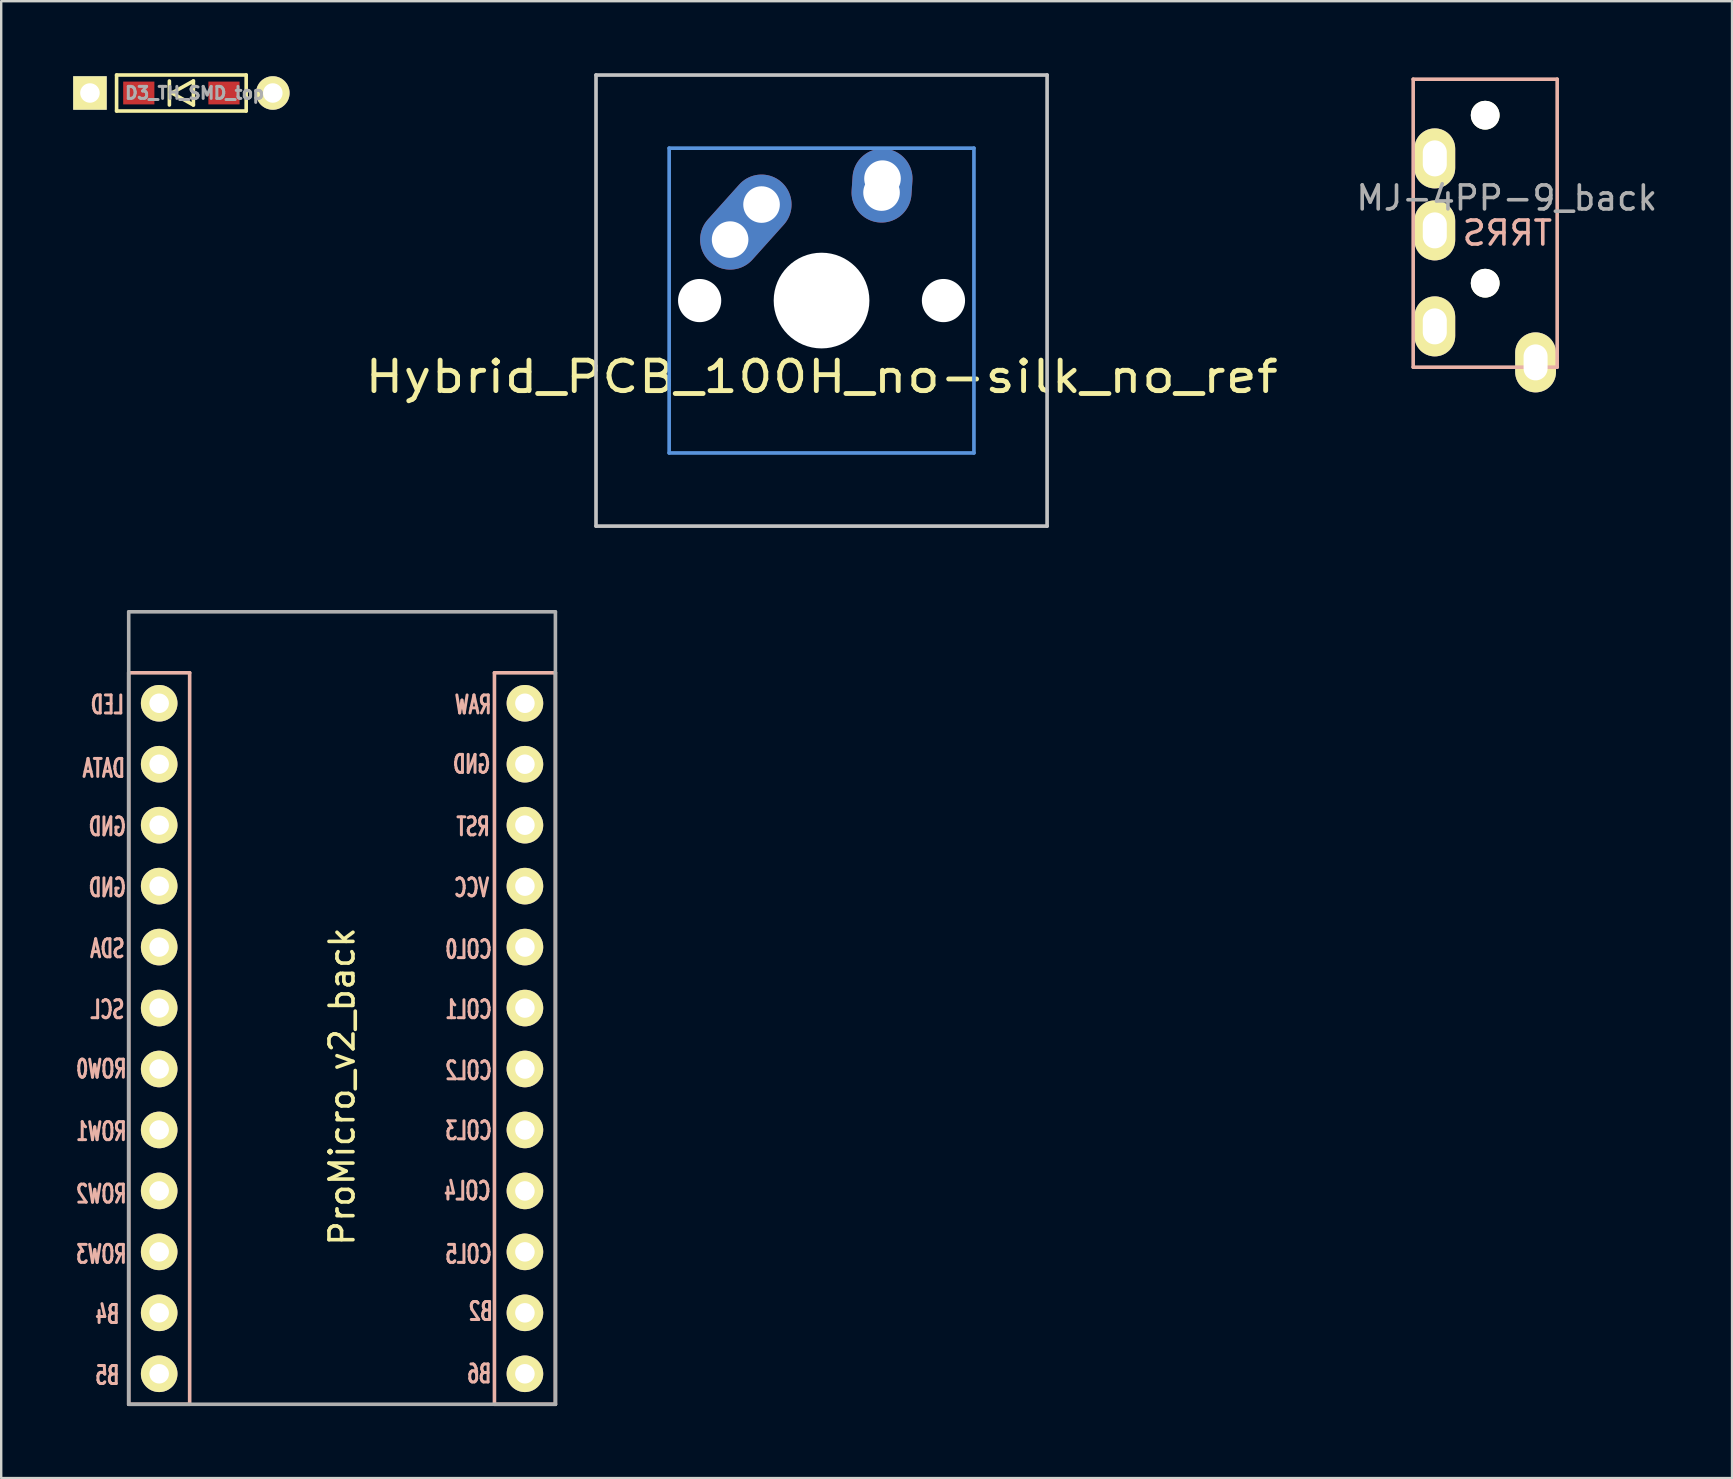
<source format=kicad_pcb>
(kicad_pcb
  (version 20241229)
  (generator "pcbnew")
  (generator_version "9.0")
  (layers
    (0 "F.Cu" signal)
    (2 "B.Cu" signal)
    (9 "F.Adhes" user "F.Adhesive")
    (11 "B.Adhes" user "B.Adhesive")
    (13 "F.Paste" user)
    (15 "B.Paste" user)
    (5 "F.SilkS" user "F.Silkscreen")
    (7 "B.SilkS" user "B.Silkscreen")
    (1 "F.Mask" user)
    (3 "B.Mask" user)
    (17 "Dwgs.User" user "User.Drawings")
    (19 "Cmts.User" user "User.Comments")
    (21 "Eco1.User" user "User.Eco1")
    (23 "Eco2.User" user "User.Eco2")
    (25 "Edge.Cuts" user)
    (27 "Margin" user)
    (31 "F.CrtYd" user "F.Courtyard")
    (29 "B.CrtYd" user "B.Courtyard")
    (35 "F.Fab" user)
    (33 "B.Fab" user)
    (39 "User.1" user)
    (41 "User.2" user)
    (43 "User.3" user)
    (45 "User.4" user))
  (footprint "MJ-4PP-9_back"
    (layer "F.Cu")
    (at 60.586 0.25)
    (property "Reference" "MJ-4PP-9_back" (at -0.85 4.95 0) (layer "F.Fab") (effects (font (size 1 1) (thickness 0.15))))
    (attr through_hole)
    (fp_line (start -4.75 0) (end 1.25 0) (stroke (width 0.15) (type solid)) (layer "B.SilkS"))
    (fp_line (start -4.75 12) (end -4.75 0) (stroke (width 0.15) (type solid)) (layer "B.SilkS"))
    (fp_line (start 1.25 0) (end 1.25 12) (stroke (width 0.15) (type solid)) (layer "B.SilkS"))
    (fp_line (start 1.25 12) (end -4.75 12) (stroke (width 0.15) (type solid)) (layer "B.SilkS"))
    (fp_text user "TRRS" (at -0.826 6.413 0) (layer "B.SilkS") (effects (font (size 1 1) (thickness 0.15)) (justify mirror)))
    (pad "" np_thru_hole circle (at -1.75 1.5) (size 1.2 1.2) (drill 1.2) (layers "*.Cu" "*.Mask" "F.SilkS"))
    (pad "" np_thru_hole circle (at -1.75 8.5) (size 1.2 1.2) (drill 1.2) (layers "*.Cu" "*.Mask" "F.SilkS"))
    (pad "A" thru_hole oval (at 0.35 11.8) (size 1.7 2.5) (drill oval 1 1.5) (layers "*.Cu" "*.Mask" "F.SilkS"))
    (pad "B" thru_hole oval (at -3.85 3.3) (size 1.7 2.5) (drill oval 1 1.5) (layers "*.Cu" "*.Mask" "F.SilkS"))
    (pad "C" thru_hole oval (at -3.85 6.3) (size 1.7 2.5) (drill oval 1 1.5) (layers "*.Cu" "*.Mask" "F.SilkS"))
    (pad "D" thru_hole oval (at -3.85 10.3) (size 1.7 2.5) (drill oval 1 1.5) (layers "*.Cu" "*.Mask" "F.SilkS")))
  (footprint "D3_TH_SMD_top"
    (layer "F.Cu")
    (at 4.508 0.825)
    (property "Reference" "D3_TH_SMD_top" (at 0.55 0 0) (layer "F.Fab") (effects (font (size 0.5 0.5) (thickness 0.125))))
    (attr through_hole)
    (fp_line (start -2.7 -0.75) (end -2.7 0.75) (stroke (width 0.15) (type solid)) (layer "F.SilkS"))
    (fp_line (start -2.7 0.75) (end 2.7 0.75) (stroke (width 0.15) (type solid)) (layer "F.SilkS"))
    (fp_line (start -0.5 -0.5) (end -0.5 0.5) (stroke (width 0.15) (type solid)) (layer "F.SilkS"))
    (fp_line (start -0.4 0) (end 0.5 -0.5) (stroke (width 0.15) (type solid)) (layer "F.SilkS"))
    (fp_line (start 0.5 -0.5) (end 0.5 0.5) (stroke (width 0.15) (type solid)) (layer "F.SilkS"))
    (fp_line (start 0.5 0.5) (end -0.4 0) (stroke (width 0.15) (type solid)) (layer "F.SilkS"))
    (fp_line (start 2.7 -0.75) (end -2.7 -0.75) (stroke (width 0.15) (type solid)) (layer "F.SilkS"))
    (fp_line (start 2.7 0.75) (end 2.7 -0.75) (stroke (width 0.15) (type solid)) (layer "F.SilkS"))
    (pad "1" thru_hole rect (at -3.81 0) (size 1.397 1.397) (drill 0.813) (layers "*.Cu" "*.Mask" "F.SilkS"))
    (pad "1" smd rect (at -1.775 0) (size 1.3 0.95) (layers "F.Cu" "F.Mask" "F.Paste"))
    (pad "2" smd rect (at 1.775 0) (size 1.3 0.95) (layers "F.Cu" "F.Mask" "F.Paste"))
    (pad "2" thru_hole circle (at 3.81 0) (size 1.397 1.397) (drill 0.813) (layers "*.Cu" "*.Mask" "F.SilkS")))
  (footprint "ProMicro_v2_back"
    (layer "F.Cu")
    (at 12.473 39.462)
    (property "Reference" "ProMicro_v2_back" (at -1.27 2.762 270) (layer "F.SilkS") (effects (font (size 1 1) (thickness 0.15))))
    (attr through_hole)
    (fp_line (start -10.16 -14.478) (end -7.62 -14.478) (stroke (width 0.15) (type solid)) (layer "B.SilkS"))
    (fp_line (start -10.16 16.002) (end -10.16 -14.478) (stroke (width 0.15) (type solid)) (layer "B.SilkS"))
    (fp_line (start -7.62 -14.478) (end -7.62 16.002) (stroke (width 0.15) (type solid)) (layer "B.SilkS"))
    (fp_line (start -7.62 16.002) (end -10.16 16.002) (stroke (width 0.15) (type solid)) (layer "B.SilkS"))
    (fp_line (start 5.08 -14.478) (end 7.62 -14.478) (stroke (width 0.15) (type solid)) (layer "B.SilkS"))
    (fp_line (start 5.08 16.002) (end 5.08 -14.478) (stroke (width 0.15) (type solid)) (layer "B.SilkS"))
    (fp_line (start 7.62 -14.478) (end 7.62 16.002) (stroke (width 0.15) (type solid)) (layer "B.SilkS"))
    (fp_line (start 7.62 16.002) (end 5.08 16.002) (stroke (width 0.15) (type solid)) (layer "B.SilkS"))
    (fp_line (start -10.16 -17.018) (end 7.62 -17.018) (stroke (width 0.15) (type solid)) (layer "F.Fab"))
    (fp_line (start -10.16 16.002) (end -10.16 -17.018) (stroke (width 0.15) (type solid)) (layer "F.Fab"))
    (fp_line (start 7.62 -17.018) (end 7.62 16.002) (stroke (width 0.15) (type solid)) (layer "F.Fab"))
    (fp_line (start 7.62 16.002) (end -10.16 16.002) (stroke (width 0.15) (type solid)) (layer "F.Fab"))
    (fp_text user "" (at -0.5 -17.25 0) (layer "F.SilkS") (effects (font (size 1 1) (thickness 0.15))))
    (fp_text user "SDA" (at -11.049 -2.985 0) (layer "B.SilkS") (effects (font (size 0.75 0.5) (thickness 0.125)) (justify mirror)))
    (fp_text user "COL3" (at 4 4.6 0) (layer "B.SilkS") (effects (font (size 0.75 0.5) (thickness 0.125)) (justify mirror)))
    (fp_text user "B6" (at 4.445 14.732 0) (layer "B.SilkS") (effects (font (size 0.75 0.5) (thickness 0.125)) (justify mirror)))
    (fp_text user "ROW1" (at -11.3 4.636 0) (layer "B.SilkS") (effects (font (size 0.75 0.5) (thickness 0.125)) (justify mirror)))
    (fp_text user "RAW" (at 4.191 -13.145 0) (layer "B.SilkS") (effects (font (size 0.75 0.5) (thickness 0.125)) (justify mirror)))
    (fp_text user "LED" (at -11.049 -13.145 0) (layer "B.SilkS") (effects (font (size 0.75 0.5) (thickness 0.125)) (justify mirror)))
    (fp_text user "SCL" (at -11.049 -0.445 0) (layer "B.SilkS") (effects (font (size 0.75 0.5) (thickness 0.125)) (justify mirror)))
    (fp_text user "VCC" (at 4.128 -5.524 0) (layer "B.SilkS") (effects (font (size 0.75 0.5) (thickness 0.125)) (justify mirror)))
    (fp_text user "B2" (at 4.508 12.129 0) (layer "B.SilkS") (effects (font (size 0.75 0.5) (thickness 0.125)) (justify mirror)))
    (fp_text user "GND" (at -11.049 -8.065 0) (layer "B.SilkS") (effects (font (size 0.75 0.5) (thickness 0.125)) (justify mirror)))
    (fp_text user "COL5" (at 4 9.75 0) (layer "B.SilkS") (effects (font (size 0.75 0.5) (thickness 0.125)) (justify mirror)))
    (fp_text user "B5" (at -11.049 14.796 0) (layer "B.SilkS") (effects (font (size 0.75 0.5) (thickness 0.125)) (justify mirror)))
    (fp_text user "DATA" (at -11.2 -10.5 0) (layer "B.SilkS") (effects (font (size 0.75 0.5) (thickness 0.125)) (justify mirror)))
    (fp_text user "GND" (at -11.049 -5.524 0) (layer "B.SilkS") (effects (font (size 0.75 0.5) (thickness 0.125)) (justify mirror)))
    (fp_text user "ROW2" (at -11.3 7.239 0) (layer "B.SilkS") (effects (font (size 0.75 0.5) (thickness 0.125)) (justify mirror)))
    (fp_text user "GND" (at 4.128 -10.668 0) (layer "B.SilkS") (effects (font (size 0.75 0.5) (thickness 0.125)) (justify mirror)))
    (fp_text user "ROW3" (at -11.3 9.75 0) (layer "B.SilkS") (effects (font (size 0.75 0.5) (thickness 0.125)) (justify mirror)))
    (fp_text user "COL1" (at 4 -0.445 0) (layer "B.SilkS") (effects (font (size 0.75 0.5) (thickness 0.125)) (justify mirror)))
    (fp_text user "COL2" (at 4 2.1 0) (layer "B.SilkS") (effects (font (size 0.75 0.5) (thickness 0.125)) (justify mirror)))
    (fp_text user "B4" (at -11.049 12.255 0) (layer "B.SilkS") (effects (font (size 0.75 0.5) (thickness 0.125)) (justify mirror)))
    (fp_text user "ROW0" (at -11.3 2.032 0) (layer "B.SilkS") (effects (font (size 0.75 0.5) (thickness 0.125)) (justify mirror)))
    (fp_text user "COL4" (at 3.95 7.112 0) (layer "B.SilkS") (effects (font (size 0.75 0.5) (thickness 0.125)) (justify mirror)))
    (fp_text user "" (at -1.206 -16.256 0) (layer "B.SilkS") (effects (font (size 1 1) (thickness 0.15)) (justify mirror)))
    (fp_text user "RST" (at 4.191 -8.065 0) (layer "B.SilkS") (effects (font (size 0.75 0.5) (thickness 0.125)) (justify mirror)))
    (fp_text user "COL0" (at 4 -2.95 0) (layer "B.SilkS") (effects (font (size 0.75 0.5) (thickness 0.125)) (justify mirror)))
    (pad "1" thru_hole circle (at -8.89 -13.208) (size 1.524 1.524) (drill 0.813) (layers "*.Cu" "*.Mask" "F.SilkS"))
    (pad "2" thru_hole circle (at -8.89 -10.668) (size 1.524 1.524) (drill 0.813) (layers "*.Cu" "*.Mask" "F.SilkS"))
    (pad "3" thru_hole circle (at -8.89 -8.128) (size 1.524 1.524) (drill 0.813) (layers "*.Cu" "*.Mask" "F.SilkS"))
    (pad "4" thru_hole circle (at -8.89 -5.588) (size 1.524 1.524) (drill 0.813) (layers "*.Cu" "*.Mask" "F.SilkS"))
    (pad "5" thru_hole circle (at -8.89 -3.048) (size 1.524 1.524) (drill 0.813) (layers "*.Cu" "*.Mask" "F.SilkS"))
    (pad "6" thru_hole circle (at -8.89 -0.508) (size 1.524 1.524) (drill 0.813) (layers "*.Cu" "*.Mask" "F.SilkS"))
    (pad "7" thru_hole circle (at -8.89 2.032) (size 1.524 1.524) (drill 0.813) (layers "*.Cu" "*.Mask" "F.SilkS"))
    (pad "8" thru_hole circle (at -8.89 4.572) (size 1.524 1.524) (drill 0.813) (layers "*.Cu" "*.Mask" "F.SilkS"))
    (pad "9" thru_hole circle (at -8.89 7.112) (size 1.524 1.524) (drill 0.813) (layers "*.Cu" "*.Mask" "F.SilkS"))
    (pad "10" thru_hole circle (at -8.89 9.652) (size 1.524 1.524) (drill 0.813) (layers "*.Cu" "*.Mask" "F.SilkS"))
    (pad "11" thru_hole circle (at -8.89 12.192) (size 1.524 1.524) (drill 0.813) (layers "*.Cu" "*.Mask" "F.SilkS"))
    (pad "12" thru_hole circle (at -8.89 14.732) (size 1.524 1.524) (drill 0.813) (layers "*.Cu" "*.Mask" "F.SilkS"))
    (pad "13" thru_hole circle (at 6.35 14.732) (size 1.524 1.524) (drill 0.813) (layers "*.Cu" "*.Mask" "F.SilkS"))
    (pad "14" thru_hole circle (at 6.35 12.192) (size 1.524 1.524) (drill 0.813) (layers "*.Cu" "*.Mask" "F.SilkS"))
    (pad "15" thru_hole circle (at 6.35 9.652) (size 1.524 1.524) (drill 0.813) (layers "*.Cu" "*.Mask" "F.SilkS"))
    (pad "16" thru_hole circle (at 6.35 7.112) (size 1.524 1.524) (drill 0.813) (layers "*.Cu" "*.Mask" "F.SilkS"))
    (pad "17" thru_hole circle (at 6.35 4.572) (size 1.524 1.524) (drill 0.813) (layers "*.Cu" "*.Mask" "F.SilkS"))
    (pad "18" thru_hole circle (at 6.35 2.032) (size 1.524 1.524) (drill 0.813) (layers "*.Cu" "*.Mask" "F.SilkS"))
    (pad "19" thru_hole circle (at 6.35 -0.508) (size 1.524 1.524) (drill 0.813) (layers "*.Cu" "*.Mask" "F.SilkS"))
    (pad "20" thru_hole circle (at 6.35 -3.048) (size 1.524 1.524) (drill 0.813) (layers "*.Cu" "*.Mask" "F.SilkS"))
    (pad "21" thru_hole circle (at 6.35 -5.588) (size 1.524 1.524) (drill 0.813) (layers "*.Cu" "*.Mask" "F.SilkS"))
    (pad "22" thru_hole circle (at 6.35 -8.128) (size 1.524 1.524) (drill 0.813) (layers "*.Cu" "*.Mask" "F.SilkS"))
    (pad "23" thru_hole circle (at 6.35 -10.668) (size 1.524 1.524) (drill 0.813) (layers "*.Cu" "*.Mask" "F.SilkS"))
    (pad "24" thru_hole circle (at 6.35 -13.208) (size 1.524 1.524) (drill 0.813) (layers "*.Cu" "*.Mask" "F.SilkS")))
  (footprint "Hybrid_PCB_100H_no-silk_no_ref"
    (layer "F.Cu")
    (at 31.183 9.474)
    (property "Reference" "Hybrid_PCB_100H_no-silk_no_ref" (at 0 3.175 0) (layer "F.SilkS") (effects (font (size 1.27 1.524) (thickness 0.203))))
    (attr through_hole)
    (fp_line (start -9.398 -9.398) (end 9.398 -9.398) (stroke (width 0.152) (type solid)) (layer "Dwgs.User"))
    (fp_line (start -9.398 9.398) (end -9.398 -9.398) (stroke (width 0.152) (type solid)) (layer "Dwgs.User"))
    (fp_line (start 9.398 -9.398) (end 9.398 9.398) (stroke (width 0.152) (type solid)) (layer "Dwgs.User"))
    (fp_line (start 9.398 9.398) (end -9.398 9.398) (stroke (width 0.152) (type solid)) (layer "Dwgs.User"))
    (fp_line (start -6.35 -6.35) (end 6.35 -6.35) (stroke (width 0.152) (type solid)) (layer "Cmts.User"))
    (fp_line (start -6.35 6.35) (end -6.35 -6.35) (stroke (width 0.152) (type solid)) (layer "Cmts.User"))
    (fp_line (start 6.35 -6.35) (end 6.35 6.35) (stroke (width 0.152) (type solid)) (layer "Cmts.User"))
    (fp_line (start 6.35 6.35) (end -6.35 6.35) (stroke (width 0.152) (type solid)) (layer "Cmts.User"))
    (fp_line (start -6.985 -6.985) (end 6.985 -6.985) (stroke (width 0.152) (type solid)) (layer "Eco2.User"))
    (fp_line (start -6.985 6.985) (end -6.985 -6.985) (stroke (width 0.152) (type solid)) (layer "Eco2.User"))
    (fp_line (start 6.985 -6.985) (end 6.985 6.985) (stroke (width 0.152) (type solid)) (layer "Eco2.User"))
    (fp_line (start 6.985 6.985) (end -6.985 6.985) (stroke (width 0.152) (type solid)) (layer "Eco2.User"))
    (pad "" np_thru_hole circle (at -5.08 0 90) (size 1.8 1.8) (drill 1.8) (layers "*.Cu" "*.Mask"))
    (pad "" np_thru_hole circle (at 0 0 90) (size 3.988 3.988) (drill 3.988) (layers "*.Cu" "*.Mask"))
    (pad "" np_thru_hole circle (at 5.08 0 90) (size 1.8 1.8) (drill 1.8) (layers "*.Cu" "*.Mask"))
    (pad "1" thru_hole circle (at -3.81 -2.54 330.95) (size 2 2) (drill 1.524) (layers "*.Cu" "*.Mask"))
    (pad "1" thru_hole oval (at -3.155 -3.27 138.1) (size 2.5 4.462) (drill 0.001) (layers "*.Cu" "*.Mask"))
    (pad "1" thru_hole circle (at -2.5 -4 330.95) (size 2 2) (drill 1.524) (layers "*.Cu" "*.Mask"))
    (pad "2" thru_hole circle (at 2.5 -4.5 330.95) (size 2 2) (drill 1.524) (layers "*.Cu" "*.Mask"))
    (pad "2" thru_hole oval (at 2.52 -4.79 356.055) (size 2.5 3.081) (drill 0.001) (layers "*.Cu" "*.Mask"))
    (pad "2" thru_hole circle (at 2.54 -5.08 330.95) (size 2 2) (drill 1.524) (layers "*.Cu" "*.Mask")))
  (gr_rect
    (start -3 -3)
    (end 69.123 58.539)
    (stroke (width 0.1) (type default))
    (fill no)
    (layer "Edge.Cuts")))
</source>
